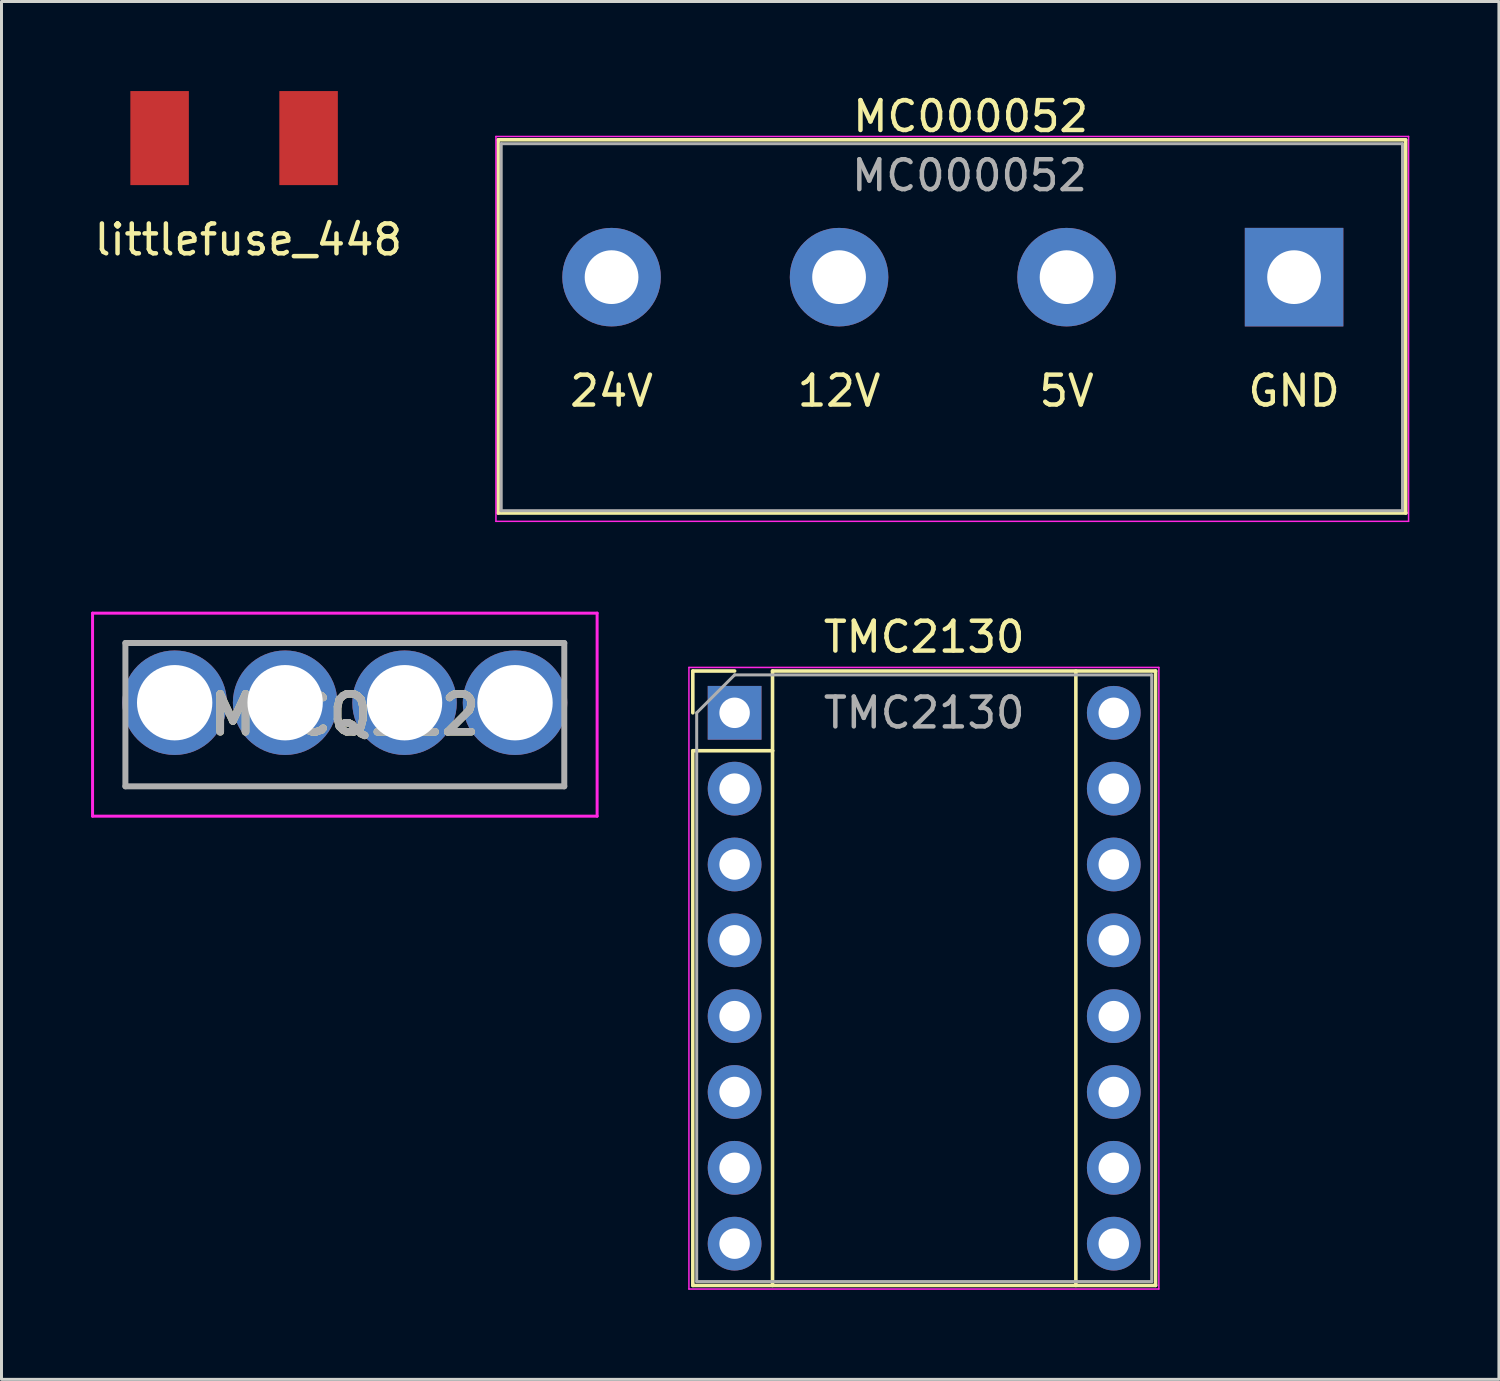
<source format=kicad_pcb>
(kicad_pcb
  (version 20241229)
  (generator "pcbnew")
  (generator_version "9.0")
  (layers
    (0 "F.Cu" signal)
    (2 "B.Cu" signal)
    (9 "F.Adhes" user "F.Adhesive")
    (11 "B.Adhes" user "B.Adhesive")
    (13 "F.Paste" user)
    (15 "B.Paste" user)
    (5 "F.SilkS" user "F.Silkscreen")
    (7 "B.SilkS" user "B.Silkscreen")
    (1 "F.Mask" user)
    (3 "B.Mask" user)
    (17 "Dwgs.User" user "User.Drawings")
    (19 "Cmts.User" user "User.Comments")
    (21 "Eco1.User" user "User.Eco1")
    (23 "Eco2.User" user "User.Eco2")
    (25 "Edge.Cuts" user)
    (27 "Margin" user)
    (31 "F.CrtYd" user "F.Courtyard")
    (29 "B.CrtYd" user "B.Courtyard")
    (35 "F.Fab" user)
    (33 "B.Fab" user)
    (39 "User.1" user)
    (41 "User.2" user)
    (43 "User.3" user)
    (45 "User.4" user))
  (footprint "MCCQ122"
    (layer "F.Cu")
    (at 2.8 20.487)
    (property "Reference" "MCCQ122" (at 5.7 0.4 0) (layer "F.SilkS") (effects (font (size 1.27 1.27) (thickness 0.254))))
    (attr through_hole)
    (fp_line (start -1.65 -2) (end 13.05 -2) (stroke (width 0.1) (type solid)) (layer "F.SilkS"))
    (fp_line (start -1.65 -1.5) (end -1.65 -2) (stroke (width 0.1) (type solid)) (layer "F.SilkS"))
    (fp_line (start -1.65 1.5) (end -1.65 2.8) (stroke (width 0.1) (type solid)) (layer "F.SilkS"))
    (fp_line (start -1.65 2.8) (end 13.05 2.8) (stroke (width 0.1) (type solid)) (layer "F.SilkS"))
    (fp_line (start 13.05 -2) (end 13.05 -1.5) (stroke (width 0.1) (type solid)) (layer "F.SilkS"))
    (fp_line (start 13.05 2.8) (end 13.05 1.5) (stroke (width 0.1) (type solid)) (layer "F.SilkS"))
    (fp_line (start -2.75 -3) (end 14.15 -3) (stroke (width 0.1) (type solid)) (layer "F.CrtYd"))
    (fp_line (start -2.75 3.8) (end -2.75 -3) (stroke (width 0.1) (type solid)) (layer "F.CrtYd"))
    (fp_line (start 14.15 -3) (end 14.15 3.8) (stroke (width 0.1) (type solid)) (layer "F.CrtYd"))
    (fp_line (start 14.15 3.8) (end -2.75 3.8) (stroke (width 0.1) (type solid)) (layer "F.CrtYd"))
    (fp_line (start -1.65 -2) (end 13.05 -2) (stroke (width 0.2) (type solid)) (layer "F.Fab"))
    (fp_line (start -1.65 2.8) (end -1.65 -2) (stroke (width 0.2) (type solid)) (layer "F.Fab"))
    (fp_line (start 13.05 -2) (end 13.05 2.8) (stroke (width 0.2) (type solid)) (layer "F.Fab"))
    (fp_line (start 13.05 2.8) (end -1.65 2.8) (stroke (width 0.2) (type solid)) (layer "F.Fab"))
    (fp_text user "${REFERENCE}" (at 5.7 0.4 0) (layer "F.Fab") (effects (font (size 1.27 1.27) (thickness 0.254))))
    (pad "1" thru_hole circle (at 0 0) (size 3.5 3.5) (drill 2.524) (layers "*.Cu" "*.Mask"))
    (pad "2" thru_hole circle (at 3.7 0) (size 3.5 3.5) (drill 2.524) (layers "*.Cu" "*.Mask"))
    (pad "3" thru_hole circle (at 7.7 0) (size 3.5 3.5) (drill 2.524) (layers "*.Cu" "*.Mask"))
    (pad "4" thru_hole circle (at 11.4 0) (size 3.5 3.5) (drill 2.524) (layers "*.Cu" "*.Mask")))
  (footprint "MC000052"
    (layer "F.Cu")
    (at 17.434 6.233)
    (property "Reference" "MC000052" (at 12.027 -5.385 0) (layer "F.SilkS") (effects (font (size 1 1) (thickness 0.15))))
    (attr through_hole)
    (fp_line (start -3.8 -4.597) (end -3.8 7.899) (stroke (width 0.12) (type solid)) (layer "F.SilkS"))
    (fp_line (start -3.797 -4.6) (end 26.594 -4.6) (stroke (width 0.12) (type solid)) (layer "F.SilkS"))
    (fp_line (start -3.797 7.9) (end 26.607 7.9) (stroke (width 0.12) (type solid)) (layer "F.SilkS"))
    (fp_line (start 26.6 7.899) (end 26.6 -4.597) (stroke (width 0.12) (type solid)) (layer "F.SilkS"))
    (fp_line (start -3.873 -4.712) (end -3.873 8.179) (stroke (width 0.05) (type solid)) (layer "F.CrtYd"))
    (fp_line (start -3.873 -4.712) (end 26.695 -4.712) (stroke (width 0.05) (type solid)) (layer "F.CrtYd"))
    (fp_line (start 26.695 8.179) (end -3.873 8.179) (stroke (width 0.05) (type solid)) (layer "F.CrtYd"))
    (fp_line (start 26.695 8.179) (end 26.695 -4.712) (stroke (width 0.05) (type solid)) (layer "F.CrtYd"))
    (fp_line (start -3.696 -4.47) (end 26.492 -4.47) (stroke (width 0.1) (type solid)) (layer "F.Fab"))
    (fp_line (start -3.696 7.823) (end -3.696 -4.47) (stroke (width 0.1) (type solid)) (layer "F.Fab"))
    (fp_line (start 26.492 -4.47) (end 26.492 7.811) (stroke (width 0.1) (type solid)) (layer "F.Fab"))
    (fp_line (start 26.492 7.823) (end -3.708 7.823) (stroke (width 0.1) (type solid)) (layer "F.Fab"))
    (fp_text user "5V" (at 15.24 3.81 0) (layer "F.SilkS") (effects (font (size 1 1) (thickness 0.15))))
    (fp_text user "24V" (at 0 3.81 0) (layer "F.SilkS") (effects (font (size 1 1) (thickness 0.15))))
    (fp_text user "GND" (at 22.86 3.81 0) (layer "F.SilkS") (effects (font (size 1 1) (thickness 0.15))))
    (fp_text user "12V" (at 7.62 3.81 0) (layer "F.SilkS") (effects (font (size 1 1) (thickness 0.15))))
    (fp_text user "${REFERENCE}" (at 11.989 -3.404 0) (layer "F.Fab") (effects (font (size 1 1) (thickness 0.15))))
    (pad "1" thru_hole rect (at 22.86 0) (size 3.3 3.3) (drill 1.8) (layers "*.Cu" "*.Mask"))
    (pad "2" thru_hole circle (at 15.24 0) (size 3.3 3.3) (drill 1.8) (layers "*.Cu" "*.Mask"))
    (pad "3" thru_hole circle (at 7.62 0) (size 3.3 3.3) (drill 1.8) (layers "*.Cu" "*.Mask"))
    (pad "4" thru_hole circle (at 0 0) (size 3.3 3.3) (drill 1.8) (layers "*.Cu" "*.Mask")))
  (footprint "littlefuse_448"
    (layer "F.Cu")
    (at 4.836 1.575)
    (property "Reference" "littlefuse_448" (at 0.432 3.404 0) (layer "F.SilkS") (effects (font (size 1 1) (thickness 0.15))))
    (attr through_hole)
    (pad "1" smd rect (at -2.54 0) (size 1.96 3.15) (layers "F.Cu" "F.Mask" "F.Paste"))
    (pad "2" smd rect (at 2.45 0) (size 1.96 3.15) (layers "F.Cu" "F.Mask" "F.Paste")))
  (footprint "TMC2130"
    (layer "F.Cu")
    (at 21.555 20.825)
    (property "Reference" "TMC2130" (at 6.35 -2.54 0) (layer "F.SilkS") (effects (font (size 1 1) (thickness 0.15))))
    (attr through_hole)
    (fp_line (start -1.4 -1.4) (end -1.4 0) (stroke (width 0.12) (type solid)) (layer "F.SilkS"))
    (fp_line (start -1.4 1.27) (end -1.4 19.18) (stroke (width 0.12) (type solid)) (layer "F.SilkS"))
    (fp_line (start -1.4 19.18) (end 14.1 19.18) (stroke (width 0.12) (type solid)) (layer "F.SilkS"))
    (fp_line (start 0 -1.4) (end -1.4 -1.4) (stroke (width 0.12) (type solid)) (layer "F.SilkS"))
    (fp_line (start 1.27 -1.4) (end 1.27 1.27) (stroke (width 0.12) (type solid)) (layer "F.SilkS"))
    (fp_line (start 1.27 1.27) (end -1.4 1.27) (stroke (width 0.12) (type solid)) (layer "F.SilkS"))
    (fp_line (start 1.27 1.27) (end 1.27 19.18) (stroke (width 0.12) (type solid)) (layer "F.SilkS"))
    (fp_line (start 11.43 -1.4) (end 11.43 19.18) (stroke (width 0.12) (type solid)) (layer "F.SilkS"))
    (fp_line (start 14.1 -1.4) (end 1.27 -1.4) (stroke (width 0.12) (type solid)) (layer "F.SilkS"))
    (fp_line (start 14.1 19.18) (end 14.1 -1.4) (stroke (width 0.12) (type solid)) (layer "F.SilkS"))
    (fp_line (start -1.53 -1.52) (end -1.53 19.3) (stroke (width 0.05) (type solid)) (layer "F.CrtYd"))
    (fp_line (start -1.53 -1.52) (end 14.21 -1.52) (stroke (width 0.05) (type solid)) (layer "F.CrtYd"))
    (fp_line (start 14.21 19.3) (end -1.53 19.3) (stroke (width 0.05) (type solid)) (layer "F.CrtYd"))
    (fp_line (start 14.21 19.3) (end 14.21 -1.52) (stroke (width 0.05) (type solid)) (layer "F.CrtYd"))
    (fp_line (start -1.27 0) (end 0 -1.27) (stroke (width 0.1) (type solid)) (layer "F.Fab"))
    (fp_line (start -1.27 19.05) (end -1.27 0) (stroke (width 0.1) (type solid)) (layer "F.Fab"))
    (fp_line (start 0 -1.27) (end 13.97 -1.27) (stroke (width 0.1) (type solid)) (layer "F.Fab"))
    (fp_line (start 13.97 -1.27) (end 13.97 19.05) (stroke (width 0.1) (type solid)) (layer "F.Fab"))
    (fp_line (start 13.97 19.05) (end -1.27 19.05) (stroke (width 0.1) (type solid)) (layer "F.Fab"))
    (fp_text user "${REFERENCE}" (at 6.35 0 0) (layer "F.Fab") (effects (font (size 1 1) (thickness 0.15))))
    (pad "1" thru_hole oval (at 12.7 17.78) (size 1.8 1.8) (drill 1.02) (layers "*.Cu" "*.Mask"))
    (pad "2" thru_hole oval (at 12.7 15.24) (size 1.8 1.8) (drill 1.02) (layers "*.Cu" "*.Mask"))
    (pad "3" thru_hole oval (at 12.7 12.7) (size 1.8 1.8) (drill 1.02) (layers "*.Cu" "*.Mask"))
    (pad "4" thru_hole oval (at 12.7 10.16) (size 1.8 1.8) (drill 1.02) (layers "*.Cu" "*.Mask"))
    (pad "5" thru_hole oval (at 12.7 7.62) (size 1.8 1.8) (drill 1.02) (layers "*.Cu" "*.Mask"))
    (pad "6" thru_hole oval (at 12.7 5.08) (size 1.8 1.8) (drill 1.02) (layers "*.Cu" "*.Mask"))
    (pad "7" thru_hole oval (at 12.7 2.54) (size 1.8 1.8) (drill 1.02) (layers "*.Cu" "*.Mask"))
    (pad "8" thru_hole oval (at 12.7 0) (size 1.8 1.8) (drill 1.02) (layers "*.Cu" "*.Mask"))
    (pad "9" thru_hole rect (at 0 0) (size 1.8 1.8) (drill 1.02) (layers "*.Cu" "*.Mask"))
    (pad "10" thru_hole oval (at 0 2.54) (size 1.8 1.8) (drill 1.02) (layers "*.Cu" "*.Mask"))
    (pad "11" thru_hole oval (at 0 5.08) (size 1.8 1.8) (drill 1.02) (layers "*.Cu" "*.Mask"))
    (pad "12" thru_hole oval (at 0 7.62) (size 1.8 1.8) (drill 1.02) (layers "*.Cu" "*.Mask"))
    (pad "13" thru_hole oval (at 0 10.16) (size 1.8 1.8) (drill 1.02) (layers "*.Cu" "*.Mask"))
    (pad "14" thru_hole oval (at 0 12.7) (size 1.8 1.8) (drill 1.02) (layers "*.Cu" "*.Mask"))
    (pad "15" thru_hole oval (at 0 15.24) (size 1.8 1.8) (drill 1.02) (layers "*.Cu" "*.Mask"))
    (pad "16" thru_hole oval (at 0 17.78) (size 1.8 1.8) (drill 1.02) (layers "*.Cu" "*.Mask")))
  (gr_rect
    (start -3 -3)
    (end 47.155 43.15)
    (stroke (width 0.1) (type default))
    (fill no)
    (layer "Edge.Cuts")))
</source>
